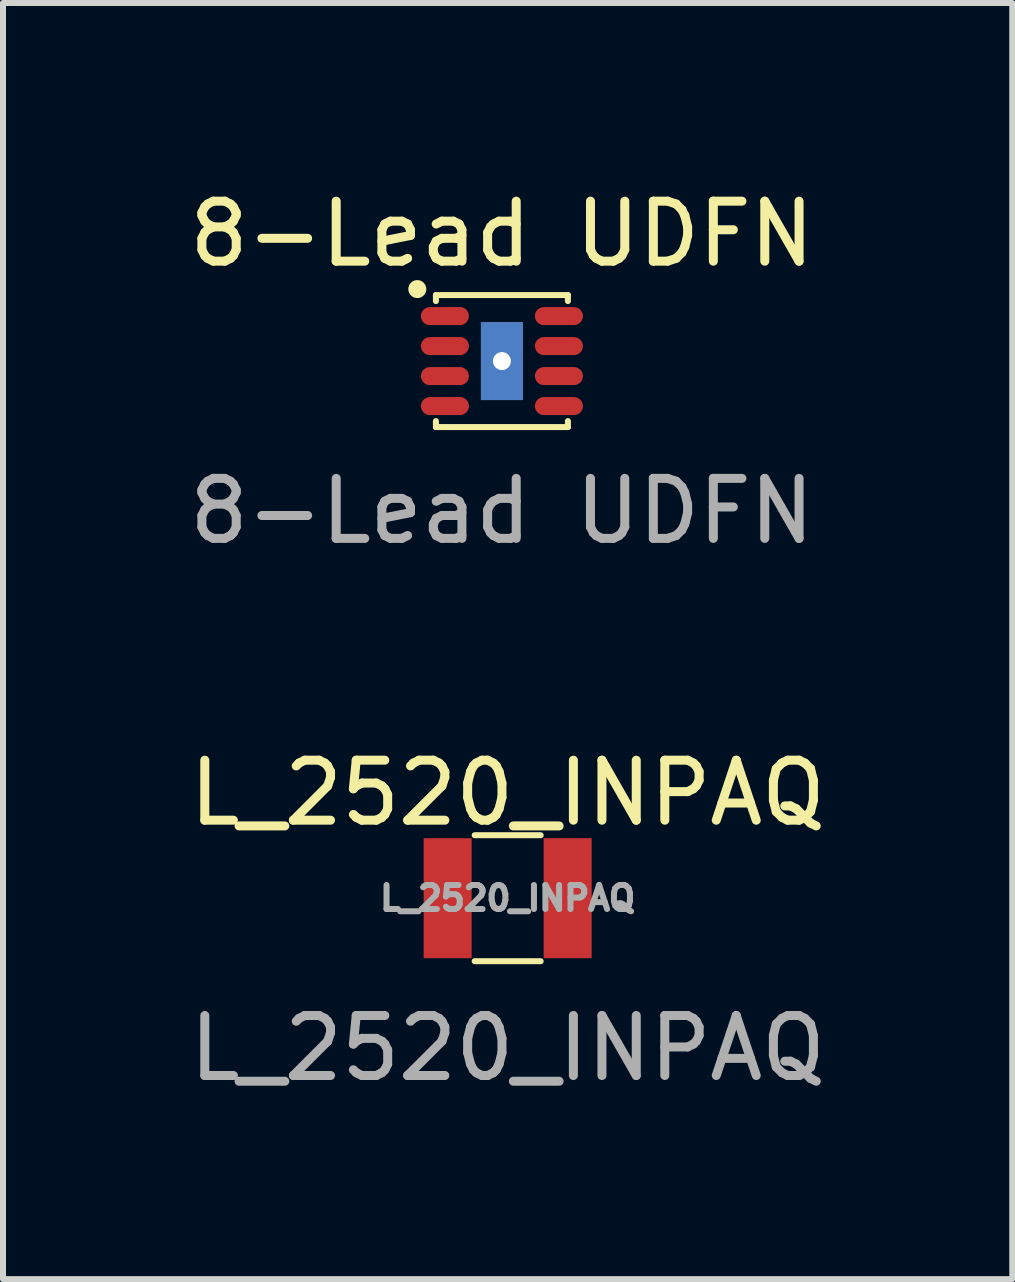
<source format=kicad_pcb>
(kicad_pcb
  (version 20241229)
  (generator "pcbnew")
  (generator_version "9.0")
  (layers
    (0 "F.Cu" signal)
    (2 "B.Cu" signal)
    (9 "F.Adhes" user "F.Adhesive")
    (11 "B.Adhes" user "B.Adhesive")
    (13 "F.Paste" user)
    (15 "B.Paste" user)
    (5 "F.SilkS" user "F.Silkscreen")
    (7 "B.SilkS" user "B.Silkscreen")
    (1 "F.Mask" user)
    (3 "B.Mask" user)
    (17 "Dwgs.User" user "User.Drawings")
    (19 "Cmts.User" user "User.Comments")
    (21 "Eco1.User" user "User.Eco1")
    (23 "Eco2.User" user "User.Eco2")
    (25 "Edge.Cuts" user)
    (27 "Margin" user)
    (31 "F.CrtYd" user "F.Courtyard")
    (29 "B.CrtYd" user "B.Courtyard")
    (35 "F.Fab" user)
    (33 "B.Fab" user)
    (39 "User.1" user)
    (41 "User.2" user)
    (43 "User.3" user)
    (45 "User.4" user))
  (footprint "L_2520_INPAQ"
    (layer "F.Cu")
    (at 5.411 11.92)
    (property "Reference" "L_2520_INPAQ" (at 0 -1.755 0) (unlocked yes) (layer "F.SilkS") (effects (font (size 1 1) (thickness 0.15))))
    (attr smd)
    (fp_line (start -0.55 -1.05) (end 0.55 -1.05) (stroke (width 0.1) (type default)) (layer "F.SilkS"))
    (fp_line (start -0.55 1.05) (end 0.55 1.05) (stroke (width 0.1) (type default)) (layer "F.SilkS"))
    (fp_text user "${REFERENCE}" (at 0 2.5 0) (unlocked yes) (layer "F.Fab") (effects (font (size 1 1) (thickness 0.15))))
    (fp_text user "${REFERENCE}" (at 0 0 0) (unlocked yes) (layer "F.Fab") (effects (font (size 0.4 0.4) (thickness 0.1) (bold yes))))
    (pad "1" smd rect (at -1 0) (size 0.8 2) (property pad_prop_heatsink) (layers "F.Cu" "F.Mask" "F.Paste"))
    (pad "2" smd rect (at 1 0) (size 0.8 2) (property pad_prop_heatsink) (layers "F.Cu" "F.Mask" "F.Paste")))
  (footprint "8-Lead UDFN"
    (layer "F.Cu")
    (at 5.315 2.968)
    (property "Reference" "8-Lead UDFN" (at 0 -2.12 0) (unlocked yes) (layer "F.SilkS") (effects (font (size 1 1) (thickness 0.15))))
    (attr smd)
    (fp_line (start -1.1 -1.1) (end -1.1 -1) (stroke (width 0.1) (type default)) (layer "F.SilkS"))
    (fp_line (start -1.1 1.1) (end -1.1 1) (stroke (width 0.1) (type default)) (layer "F.SilkS"))
    (fp_line (start 1.1 -1.1) (end -1.1 -1.1) (stroke (width 0.1) (type solid)) (layer "F.SilkS"))
    (fp_line (start 1.1 -1.1) (end 1.1 -1) (stroke (width 0.1) (type default)) (layer "F.SilkS"))
    (fp_line (start 1.1 1.1) (end -1.1 1.1) (stroke (width 0.1) (type solid)) (layer "F.SilkS"))
    (fp_line (start 1.1 1.1) (end 1.1 1) (stroke (width 0.1) (type default)) (layer "F.SilkS"))
    (fp_circle (center -1.41 -1.2) (end -1.41 -1.3) (stroke (width 0.1) (type default)) (fill yes) (layer "F.SilkS"))
    (fp_text user "${REFERENCE}" (at 0 2.5 0) (unlocked yes) (layer "F.Fab") (effects (font (size 1 1) (thickness 0.15))))
    (pad "1" smd oval (at -0.95 -0.75 270) (size 0.3 0.8) (layers "F.Cu" "F.Mask" "F.Paste"))
    (pad "2" smd oval (at -0.95 -0.25 270) (size 0.3 0.8) (layers "F.Cu" "F.Mask" "F.Paste"))
    (pad "3" smd oval (at -0.95 0.25 270) (size 0.3 0.8) (layers "F.Cu" "F.Mask" "F.Paste"))
    (pad "4" smd oval (at -0.95 0.75 270) (size 0.3 0.8) (layers "F.Cu" "F.Mask" "F.Paste"))
    (pad "5" smd oval (at 0.95 0.75 270) (size 0.3 0.8) (layers "F.Cu" "F.Mask" "F.Paste"))
    (pad "6" smd oval (at 0.95 0.25 270) (size 0.3 0.8) (layers "F.Cu" "F.Mask" "F.Paste"))
    (pad "7" smd oval (at 0.95 -0.25 270) (size 0.3 0.8) (layers "F.Cu" "F.Mask" "F.Paste"))
    (pad "8" smd oval (at 0.95 -0.75 270) (size 0.3 0.8) (layers "F.Cu" "F.Mask" "F.Paste"))
    (pad "9" thru_hole rect (at 0 0 270) (size 1.3 0.7) (drill 0.3) (property pad_prop_heatsink) (layers "*.Cu" "F.Mask" "F.Paste")))
  (gr_rect
    (start -3 -3)
    (end 13.821 18.268)
    (stroke (width 0.1) (type default))
    (fill no)
    (layer "Edge.Cuts")))
</source>
